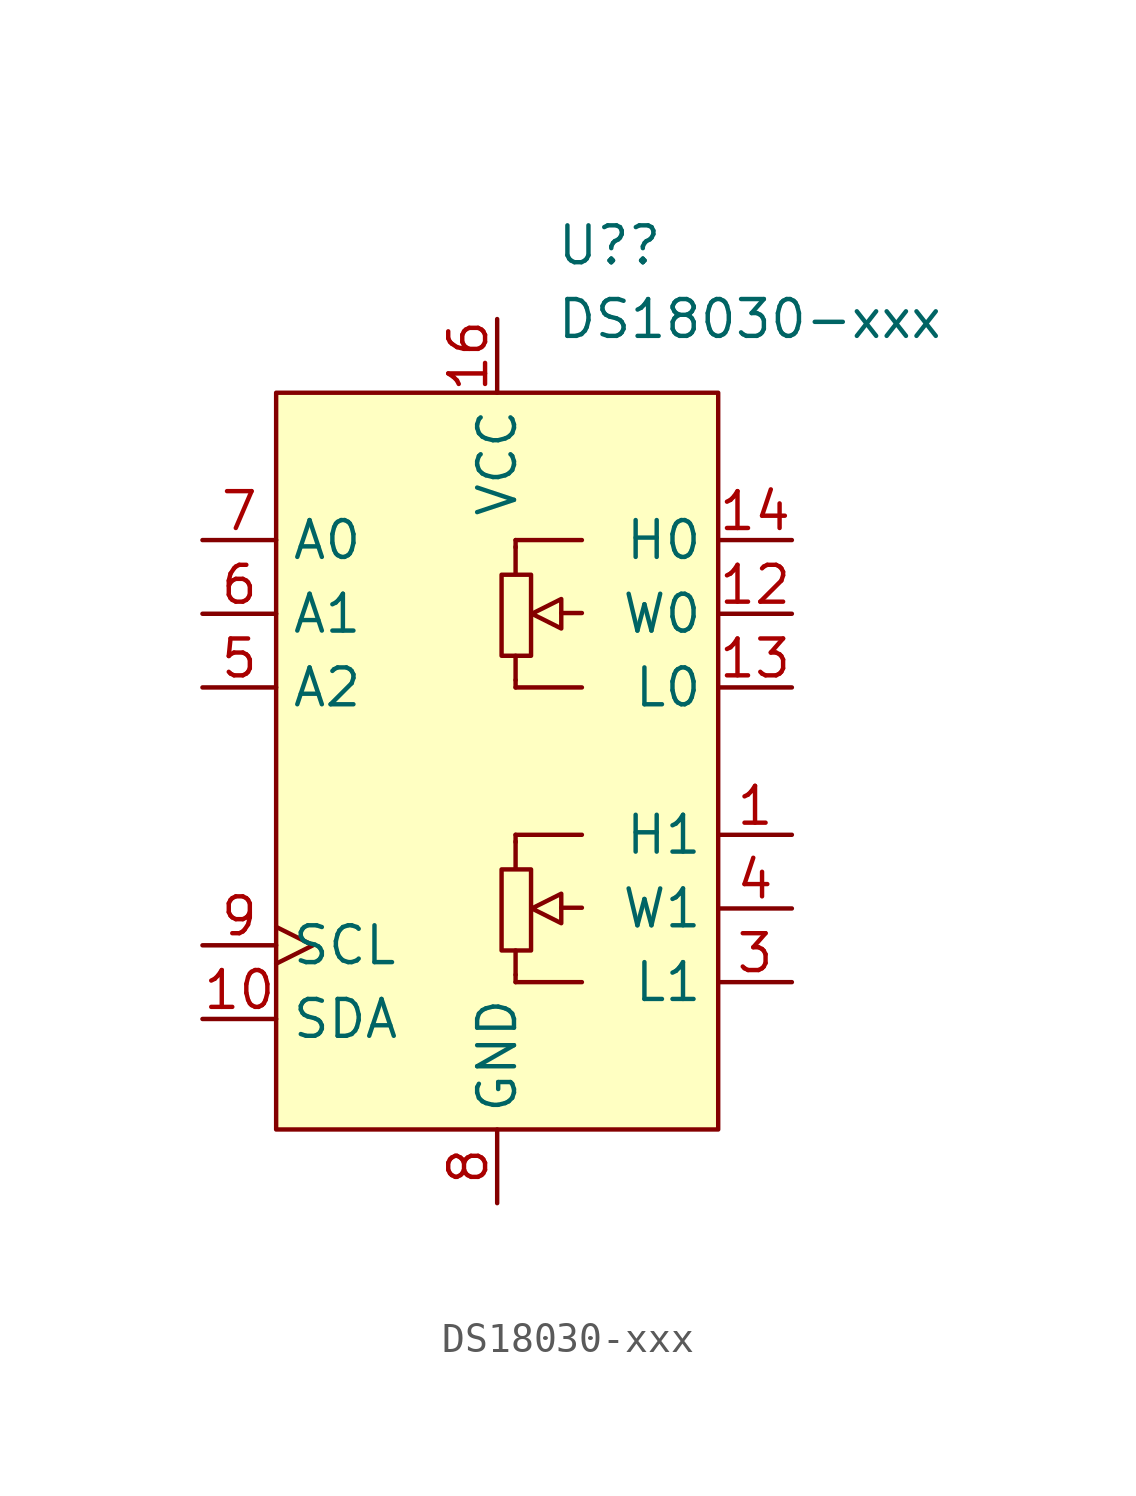
<source format=kicad_sym>
(kicad_symbol_lib
  (version 20211014)
  (generator kicad_symbol_editor)
  (symbol "DS18030-xxx"
    (property "Reference" "U?"
      (at 2.019 17.78 0)
      (effects (font (size 1.27 1.27)) (justify left)))
    (property "Value" "DS18030-xxx"
      (at 2.019 15.24 0)
      (effects (font (size 1.27 1.27)) (justify left)))
    (symbol "DS18030-xxx_0_1"
      (polyline (pts (xy 0 12.7) (xy 7.62 12.7) (xy 7.62 0) (xy 7.62 -12.7) (xy -7.62 -12.7) (xy -7.62 12.7) (xy 0 12.7)) (stroke (width 0) (type default) (color 0 0 0 0)) (fill (type background))))
    (symbol "DS18030-xxx_1_1"
      (polyline (pts (xy 0.635 -7.366) (xy 0.635 -6.528)) (stroke (width 0) (type default) (color 0 0 0 0)) (fill (type none)))
      (polyline (pts (xy 0.635 -2.769) (xy 0.635 -3.708)) (stroke (width 0) (type default) (color 0 0 0 0)) (fill (type none)))
      (polyline (pts (xy 0.635 2.794) (xy 0.635 3.632)) (stroke (width 0) (type default) (color 0 0 0 0)) (fill (type none)))
      (polyline (pts (xy 0.635 7.391) (xy 0.635 6.452)) (stroke (width 0) (type default) (color 0 0 0 0)) (fill (type none)))
      (polyline (pts (xy 2.21 -5.055) (xy 2.921 -5.055)) (stroke (width 0) (type default) (color 0 0 0 0)) (fill (type none)))
      (polyline (pts (xy 2.21 5.105) (xy 2.921 5.105)) (stroke (width 0) (type default) (color 0 0 0 0)) (fill (type none)))
      (polyline (pts (xy 0.635 -7.62) (xy 0.635 -7.366) (xy 0.635 -7.366)) (stroke (width 0) (type default) (color 0 0 0 0)) (fill (type background)))
      (polyline (pts (xy 0.635 -7.62) (xy 2.921 -7.62) (xy 2.921 -7.62)) (stroke (width 0) (type default) (color 0 0 0 0)) (fill (type background)))
      (polyline (pts (xy 0.635 -2.54) (xy 0.635 -2.794) (xy 0.635 -2.794)) (stroke (width 0) (type default) (color 0 0 0 0)) (fill (type none)))
      (polyline (pts (xy 0.635 -2.54) (xy 2.921 -2.54) (xy 2.921 -2.54)) (stroke (width 0) (type default) (color 0 0 0 0)) (fill (type background)))
      (polyline (pts (xy 0.635 2.54) (xy 0.635 2.794) (xy 0.635 2.794)) (stroke (width 0) (type default) (color 0 0 0 0)) (fill (type background)))
      (polyline (pts (xy 0.635 2.54) (xy 2.921 2.54) (xy 2.921 2.54)) (stroke (width 0) (type default) (color 0 0 0 0)) (fill (type background)))
      (polyline (pts (xy 0.635 7.62) (xy 0.635 7.366) (xy 0.635 7.366)) (stroke (width 0) (type default) (color 0 0 0 0)) (fill (type none)))
      (polyline (pts (xy 0.635 7.62) (xy 2.921 7.62) (xy 2.921 7.62)) (stroke (width 0) (type default) (color 0 0 0 0)) (fill (type background)))
      (polyline (pts (xy 2.21 -4.572) (xy 2.21 -5.588) (xy 1.194 -5.08) (xy 2.21 -4.572) (xy 2.21 -4.572)) (stroke (width 0) (type default) (color 0 0 0 0)) (fill (type background)))
      (polyline (pts (xy 2.21 5.588) (xy 2.21 4.572) (xy 1.194 5.08) (xy 2.21 5.588) (xy 2.21 5.588)) (stroke (width 0) (type default) (color 0 0 0 0)) (fill (type background)))
      (rectangle (start 0.152 -3.734) (end 1.168 -6.528) (stroke (width 0) (type default) (color 0 0 0 0)) (fill (type none)))
      (rectangle (start 0.152 6.426) (end 1.168 3.632) (stroke (width 0) (type default) (color 0 0 0 0)) (fill (type none)))
      (pin passive line (at 10.16 -2.54 180) (length 2.54) (name "H1" (effects (font (size 1.27 1.27)))) (number "1" (effects (font (size 1.27 1.27)))))
      (pin bidirectional line (at -10.16 -8.89 0) (length 2.54) (name "SDA" (effects (font (size 1.27 1.27)))) (number "10" (effects (font (size 1.27 1.27)))))
      (pin no_connect line (at 10.16 11.43 180) (length 2.54) hide (name "NC" (effects (font (size 1.27 1.27)))) (number "11" (effects (font (size 1.27 1.27)))))
      (pin passive line (at 10.16 5.08 180) (length 2.54) (name "W0" (effects (font (size 1.27 1.27)))) (number "12" (effects (font (size 1.27 1.27)))))
      (pin passive line (at 10.16 2.54 180) (length 2.54) (name "L0" (effects (font (size 1.27 1.27)))) (number "13" (effects (font (size 1.27 1.27)))))
      (pin passive line (at 10.16 7.62 180) (length 2.54) (name "H0" (effects (font (size 1.27 1.27)))) (number "14" (effects (font (size 1.27 1.27)))))
      (pin no_connect line (at 10.16 -11.43 180) (length 2.54) hide (name "NC" (effects (font (size 1.27 1.27)))) (number "15" (effects (font (size 1.27 1.27)))))
      (pin power_in line (at 0 15.24 270) (length 2.54) (name "VCC" (effects (font (size 1.27 1.27)))) (number "16" (effects (font (size 1.27 1.27)))))
      (pin no_connect line (at -10.16 -11.43 0) (length 2.54) hide (name "NC" (effects (font (size 1.27 1.27)))) (number "2" (effects (font (size 1.27 1.27)))))
      (pin passive line (at 10.16 -7.62 180) (length 2.54) (name "L1" (effects (font (size 1.27 1.27)))) (number "3" (effects (font (size 1.27 1.27)))))
      (pin passive line (at 10.16 -5.08 180) (length 2.54) (name "W1" (effects (font (size 1.27 1.27)))) (number "4" (effects (font (size 1.27 1.27)))))
      (pin input line (at -10.16 2.54 0) (length 2.54) (name "A2" (effects (font (size 1.27 1.27)))) (number "5" (effects (font (size 1.27 1.27)))))
      (pin input line (at -10.16 5.08 0) (length 2.54) (name "A1" (effects (font (size 1.27 1.27)))) (number "6" (effects (font (size 1.27 1.27)))))
      (pin input line (at -10.16 7.62 0) (length 2.54) (name "A0" (effects (font (size 1.27 1.27)))) (number "7" (effects (font (size 1.27 1.27)))))
      (pin power_in line (at 0 -15.24 90) (length 2.54) (name "GND" (effects (font (size 1.27 1.27)))) (number "8" (effects (font (size 1.27 1.27)))))
      (pin input clock (at -10.16 -6.35 0) (length 2.54) (name "SCL" (effects (font (size 1.27 1.27)))) (number "9" (effects (font (size 1.27 1.27))))))))
</source>
